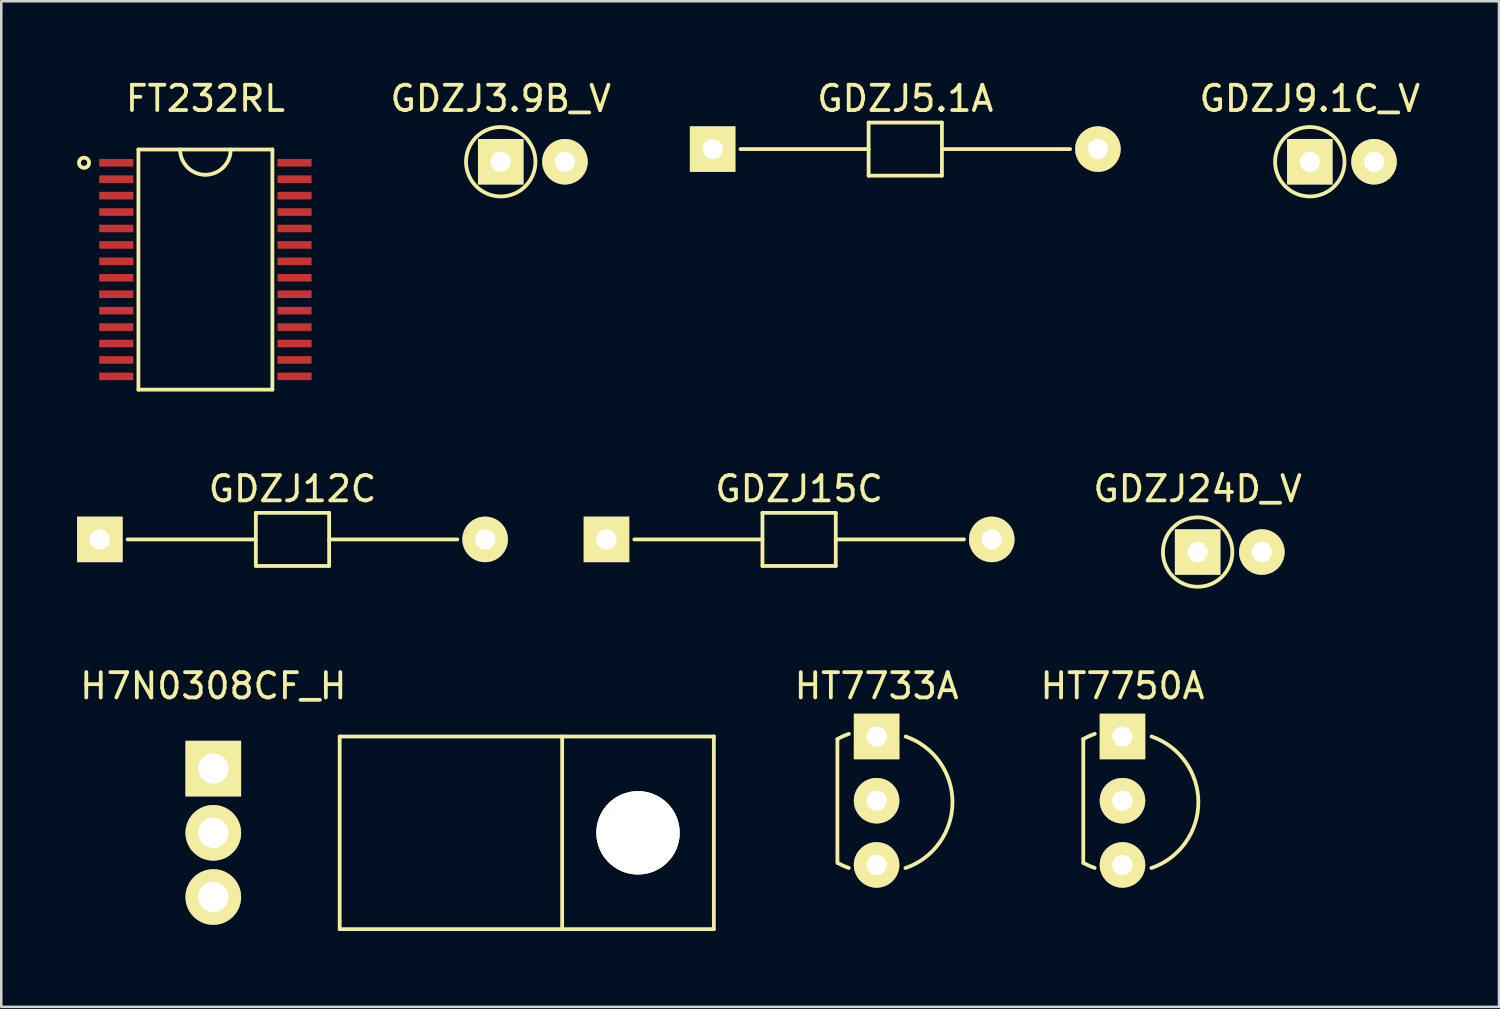
<source format=kicad_pcb>
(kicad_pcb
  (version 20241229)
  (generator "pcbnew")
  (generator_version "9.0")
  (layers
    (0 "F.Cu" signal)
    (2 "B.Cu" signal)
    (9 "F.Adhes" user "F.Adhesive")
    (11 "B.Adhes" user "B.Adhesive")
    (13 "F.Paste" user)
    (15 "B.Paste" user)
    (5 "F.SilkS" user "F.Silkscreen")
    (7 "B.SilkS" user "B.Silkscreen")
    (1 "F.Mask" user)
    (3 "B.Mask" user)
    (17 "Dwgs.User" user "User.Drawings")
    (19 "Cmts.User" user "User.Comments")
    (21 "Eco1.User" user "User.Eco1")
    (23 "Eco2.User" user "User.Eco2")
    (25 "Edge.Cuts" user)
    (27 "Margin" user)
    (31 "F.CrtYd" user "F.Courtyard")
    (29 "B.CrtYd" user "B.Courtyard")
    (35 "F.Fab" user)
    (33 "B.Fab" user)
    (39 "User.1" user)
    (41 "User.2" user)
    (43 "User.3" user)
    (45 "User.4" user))
  (footprint "GDZJ5.1A"
    (layer "F.Cu")
    (at 25.139 2.848)
    (property "Reference" "GDZJ5.1A" (at 7.62 -2 0) (layer "F.SilkS") (effects (font (size 1 1) (thickness 0.15))))
    (attr through_hole)
    (fp_line (start 1.1 0) (end 6.17 0) (stroke (width 0.15) (type solid)) (layer "F.SilkS"))
    (fp_line (start 6.17 -1.05) (end 6.17 1.05) (stroke (width 0.15) (type solid)) (layer "F.SilkS"))
    (fp_line (start 6.17 -1.05) (end 9.07 -1.05) (stroke (width 0.15) (type solid)) (layer "F.SilkS"))
    (fp_line (start 6.17 1.05) (end 9.07 1.05) (stroke (width 0.15) (type solid)) (layer "F.SilkS"))
    (fp_line (start 9.07 0) (end 14.14 0) (stroke (width 0.15) (type solid)) (layer "F.SilkS"))
    (fp_line (start 9.07 1.05) (end 9.07 -1.05) (stroke (width 0.15) (type solid)) (layer "F.SilkS"))
    (pad "1" thru_hole rect (at 0 0) (size 1.8 1.8) (drill 0.8) (layers "*.Cu" "*.Mask" "F.SilkS"))
    (pad "2" thru_hole circle (at 15.24 0) (size 1.8 1.8) (drill 0.8) (layers "*.Cu" "*.Mask" "F.SilkS")))
  (footprint "GDZJ9.1C_V"
    (layer "F.Cu")
    (at 48.761 3.348)
    (property "Reference" "GDZJ9.1C_V" (at 0 -2.5 0) (layer "F.SilkS") (effects (font (size 1 1) (thickness 0.15))))
    (attr through_hole)
    (fp_circle (center 0 0) (end 0 -1.373) (stroke (width 0.15) (type solid)) (fill no) (layer "F.SilkS"))
    (pad "1" thru_hole rect (at 0 0) (size 1.8 1.8) (drill 0.8) (layers "*.Cu" "*.Mask" "F.SilkS"))
    (pad "2" thru_hole circle (at 2.54 0) (size 1.8 1.8) (drill 0.8) (layers "*.Cu" "*.Mask" "F.SilkS")))
  (footprint "GDZJ12C"
    (layer "F.Cu")
    (at 0.9 18.287)
    (property "Reference" "GDZJ12C" (at 7.62 -2 0) (layer "F.SilkS") (effects (font (size 1 1) (thickness 0.15))))
    (attr through_hole)
    (fp_line (start 1.1 0) (end 6.17 0) (stroke (width 0.15) (type solid)) (layer "F.SilkS"))
    (fp_line (start 6.17 -1.05) (end 6.17 1.05) (stroke (width 0.15) (type solid)) (layer "F.SilkS"))
    (fp_line (start 6.17 -1.05) (end 9.07 -1.05) (stroke (width 0.15) (type solid)) (layer "F.SilkS"))
    (fp_line (start 6.17 1.05) (end 9.07 1.05) (stroke (width 0.15) (type solid)) (layer "F.SilkS"))
    (fp_line (start 9.07 0) (end 14.14 0) (stroke (width 0.15) (type solid)) (layer "F.SilkS"))
    (fp_line (start 9.07 1.05) (end 9.07 -1.05) (stroke (width 0.15) (type solid)) (layer "F.SilkS"))
    (pad "1" thru_hole rect (at 0 0) (size 1.8 1.8) (drill 0.8) (layers "*.Cu" "*.Mask" "F.SilkS"))
    (pad "2" thru_hole circle (at 15.24 0) (size 1.8 1.8) (drill 0.8) (layers "*.Cu" "*.Mask" "F.SilkS")))
  (footprint "FT232RL"
    (layer "F.Cu")
    (at 1.55 3.388)
    (property "Reference" "FT232RL" (at 3.525 -2.54 0) (layer "F.SilkS") (effects (font (size 1 1) (thickness 0.15))))
    (attr through_hole)
    (fp_line (start 0.875 -0.525) (end 6.175 -0.525) (stroke (width 0.15) (type solid)) (layer "F.SilkS"))
    (fp_line (start 0.875 8.975) (end 0.875 -0.525) (stroke (width 0.15) (type solid)) (layer "F.SilkS"))
    (fp_line (start 6.175 -0.525) (end 6.175 8.975) (stroke (width 0.15) (type solid)) (layer "F.SilkS"))
    (fp_line (start 6.175 8.975) (end 0.875 8.975) (stroke (width 0.15) (type solid)) (layer "F.SilkS"))
    (fp_arc (start 3.525 0.475) (mid 2.817893 0.182107) (end 2.525 -0.525) (stroke (width 0.15) (type solid)) (layer "F.SilkS"))
    (fp_arc (start 4.525 -0.525) (mid 4.232107 0.182107) (end 3.525 0.475) (stroke (width 0.15) (type solid)) (layer "F.SilkS"))
    (fp_circle (center -1.275 0) (end -1.275 0.2) (stroke (width 0.15) (type solid)) (fill no) (layer "F.SilkS"))
    (pad "1" smd rect (at 0 0) (size 1.35 0.3) (layers "F.Cu" "F.Mask" "F.Paste"))
    (pad "2" smd rect (at 0 0.65) (size 1.35 0.3) (layers "F.Cu" "F.Mask" "F.Paste"))
    (pad "3" smd rect (at 0 1.3) (size 1.35 0.3) (layers "F.Cu" "F.Mask" "F.Paste"))
    (pad "4" smd rect (at 0 1.95) (size 1.35 0.3) (layers "F.Cu" "F.Mask" "F.Paste"))
    (pad "5" smd rect (at 0 2.6) (size 1.35 0.3) (layers "F.Cu" "F.Mask" "F.Paste"))
    (pad "6" smd rect (at 0 3.25) (size 1.35 0.3) (layers "F.Cu" "F.Mask" "F.Paste"))
    (pad "7" smd rect (at 0 3.9) (size 1.35 0.3) (layers "F.Cu" "F.Mask" "F.Paste"))
    (pad "8" smd rect (at 0 4.55) (size 1.35 0.3) (layers "F.Cu" "F.Mask" "F.Paste"))
    (pad "9" smd rect (at 0 5.2) (size 1.35 0.3) (layers "F.Cu" "F.Mask" "F.Paste"))
    (pad "10" smd rect (at 0 5.85) (size 1.35 0.3) (layers "F.Cu" "F.Mask" "F.Paste"))
    (pad "11" smd rect (at 0 6.5) (size 1.35 0.3) (layers "F.Cu" "F.Mask" "F.Paste"))
    (pad "12" smd rect (at 0 7.15) (size 1.35 0.3) (layers "F.Cu" "F.Mask" "F.Paste"))
    (pad "13" smd rect (at 0 7.8) (size 1.35 0.3) (layers "F.Cu" "F.Mask" "F.Paste"))
    (pad "14" smd rect (at 0 8.45) (size 1.35 0.3) (layers "F.Cu" "F.Mask" "F.Paste"))
    (pad "15" smd rect (at 7.05 8.45) (size 1.35 0.3) (layers "F.Cu" "F.Mask" "F.Paste"))
    (pad "16" smd rect (at 7.05 7.8) (size 1.35 0.3) (layers "F.Cu" "F.Mask" "F.Paste"))
    (pad "17" smd rect (at 7.05 7.15) (size 1.35 0.3) (layers "F.Cu" "F.Mask" "F.Paste"))
    (pad "18" smd rect (at 7.05 6.5) (size 1.35 0.3) (layers "F.Cu" "F.Mask" "F.Paste"))
    (pad "19" smd rect (at 7.05 5.85) (size 1.35 0.3) (layers "F.Cu" "F.Mask" "F.Paste"))
    (pad "20" smd rect (at 7.05 5.2) (size 1.35 0.3) (layers "F.Cu" "F.Mask" "F.Paste"))
    (pad "21" smd rect (at 7.05 4.55) (size 1.35 0.3) (layers "F.Cu" "F.Mask" "F.Paste"))
    (pad "22" smd rect (at 7.05 3.9) (size 1.35 0.3) (layers "F.Cu" "F.Mask" "F.Paste"))
    (pad "23" smd rect (at 7.05 3.25) (size 1.35 0.3) (layers "F.Cu" "F.Mask" "F.Paste"))
    (pad "24" smd rect (at 7.05 2.6) (size 1.35 0.3) (layers "F.Cu" "F.Mask" "F.Paste"))
    (pad "25" smd rect (at 7.05 1.95) (size 1.35 0.3) (layers "F.Cu" "F.Mask" "F.Paste"))
    (pad "26" smd rect (at 7.05 1.3) (size 1.35 0.3) (layers "F.Cu" "F.Mask" "F.Paste"))
    (pad "27" smd rect (at 7.05 0.65) (size 1.35 0.3) (layers "F.Cu" "F.Mask" "F.Paste"))
    (pad "28" smd rect (at 7.05 0) (size 1.35 0.3) (layers "F.Cu" "F.Mask" "F.Paste")))
  (footprint "GDZJ24D_V"
    (layer "F.Cu")
    (at 44.324 18.787)
    (property "Reference" "GDZJ24D_V" (at 0 -2.5 0) (layer "F.SilkS") (effects (font (size 1 1) (thickness 0.15))))
    (attr through_hole)
    (fp_circle (center 0 0) (end 0 -1.373) (stroke (width 0.15) (type solid)) (fill no) (layer "F.SilkS"))
    (pad "1" thru_hole rect (at 0 0) (size 1.8 1.8) (drill 0.8) (layers "*.Cu" "*.Mask" "F.SilkS"))
    (pad "2" thru_hole circle (at 2.54 0) (size 1.8 1.8) (drill 0.8) (layers "*.Cu" "*.Mask" "F.SilkS")))
  (footprint "HT7733A"
    (layer "F.Cu")
    (at 31.625 26.083)
    (property "Reference" "HT7733A" (at 0 -2 0) (layer "F.SilkS") (effects (font (size 1 1) (thickness 0.15))))
    (attr through_hole)
    (fp_line (start -1.55 5) (end -1.55 0.1) (stroke (width 0.15) (type solid)) (layer "F.SilkS"))
    (fp_arc (start -1.55 0.1) (mid -1.326783 -0.012505) (end -1.09461 -0.105127) (stroke (width 0.15) (type solid)) (layer "F.SilkS"))
    (fp_arc (start -1.1 5.2) (mid -1.32318 5.111666) (end -1.537812 5.004217) (stroke (width 0.15) (type solid)) (layer "F.SilkS"))
    (fp_arc (start 1.15 0) (mid 3.00136 2.60449) (end 1.14151 5.202923) (stroke (width 0.15) (type solid)) (layer "F.SilkS"))
    (pad "1" thru_hole rect (at 0 0) (size 1.8 1.8) (drill 0.8) (layers "*.Cu" "*.Mask" "F.SilkS"))
    (pad "2" thru_hole circle (at 0 2.54) (size 1.8 1.8) (drill 0.8) (layers "*.Cu" "*.Mask" "F.SilkS"))
    (pad "3" thru_hole circle (at 0 5.08) (size 1.8 1.8) (drill 0.8) (layers "*.Cu" "*.Mask" "F.SilkS")))
  (footprint "GDZJ3.9B_V"
    (layer "F.Cu")
    (at 16.757 3.348)
    (property "Reference" "GDZJ3.9B_V" (at 0 -2.5 0) (layer "F.SilkS") (effects (font (size 1 1) (thickness 0.15))))
    (attr through_hole)
    (fp_circle (center 0 0) (end 0 -1.373) (stroke (width 0.15) (type solid)) (fill no) (layer "F.SilkS"))
    (pad "1" thru_hole rect (at 0 0) (size 1.8 1.8) (drill 0.8) (layers "*.Cu" "*.Mask" "F.SilkS"))
    (pad "2" thru_hole circle (at 2.54 0) (size 1.8 1.8) (drill 0.8) (layers "*.Cu" "*.Mask" "F.SilkS")))
  (footprint "HT7750A"
    (layer "F.Cu")
    (at 41.351 26.083)
    (property "Reference" "HT7750A" (at 0 -2 0) (layer "F.SilkS") (effects (font (size 1 1) (thickness 0.15))))
    (attr through_hole)
    (fp_line (start -1.55 5) (end -1.55 0.1) (stroke (width 0.15) (type solid)) (layer "F.SilkS"))
    (fp_arc (start -1.55 0.1) (mid -1.326783 -0.012505) (end -1.09461 -0.105127) (stroke (width 0.15) (type solid)) (layer "F.SilkS"))
    (fp_arc (start -1.1 5.2) (mid -1.32318 5.111666) (end -1.537812 5.004217) (stroke (width 0.15) (type solid)) (layer "F.SilkS"))
    (fp_arc (start 1.15 0) (mid 3.00136 2.60449) (end 1.14151 5.202923) (stroke (width 0.15) (type solid)) (layer "F.SilkS"))
    (pad "1" thru_hole rect (at 0 0) (size 1.8 1.8) (drill 0.8) (layers "*.Cu" "*.Mask" "F.SilkS"))
    (pad "2" thru_hole circle (at 0 2.54) (size 1.8 1.8) (drill 0.8) (layers "*.Cu" "*.Mask" "F.SilkS"))
    (pad "3" thru_hole circle (at 0 5.08) (size 1.8 1.8) (drill 0.8) (layers "*.Cu" "*.Mask" "F.SilkS")))
  (footprint "GDZJ15C"
    (layer "F.Cu")
    (at 20.94 18.287)
    (property "Reference" "GDZJ15C" (at 7.62 -2 0) (layer "F.SilkS") (effects (font (size 1 1) (thickness 0.15))))
    (attr through_hole)
    (fp_line (start 1.1 0) (end 6.17 0) (stroke (width 0.15) (type solid)) (layer "F.SilkS"))
    (fp_line (start 6.17 -1.05) (end 6.17 1.05) (stroke (width 0.15) (type solid)) (layer "F.SilkS"))
    (fp_line (start 6.17 -1.05) (end 9.07 -1.05) (stroke (width 0.15) (type solid)) (layer "F.SilkS"))
    (fp_line (start 6.17 1.05) (end 9.07 1.05) (stroke (width 0.15) (type solid)) (layer "F.SilkS"))
    (fp_line (start 9.07 0) (end 14.14 0) (stroke (width 0.15) (type solid)) (layer "F.SilkS"))
    (fp_line (start 9.07 1.05) (end 9.07 -1.05) (stroke (width 0.15) (type solid)) (layer "F.SilkS"))
    (pad "1" thru_hole rect (at 0 0) (size 1.8 1.8) (drill 0.8) (layers "*.Cu" "*.Mask" "F.SilkS"))
    (pad "2" thru_hole circle (at 15.24 0) (size 1.8 1.8) (drill 0.8) (layers "*.Cu" "*.Mask" "F.SilkS")))
  (footprint "H7N0308CF_H"
    (layer "F.Cu")
    (at 5.387 27.353)
    (property "Reference" "H7N0308CF_H" (at 0 -3.27 0) (layer "F.SilkS") (effects (font (size 1 1) (thickness 0.15))))
    (attr through_hole)
    (fp_line (start 5 -1.27) (end 5 6.35) (stroke (width 0.15) (type solid)) (layer "F.SilkS"))
    (fp_line (start 5 -1.27) (end 19.8 -1.27) (stroke (width 0.15) (type solid)) (layer "F.SilkS"))
    (fp_line (start 5 6.35) (end 19.8 6.35) (stroke (width 0.15) (type solid)) (layer "F.SilkS"))
    (fp_line (start 13.8 -1.27) (end 13.8 6.35) (stroke (width 0.15) (type solid)) (layer "F.SilkS"))
    (fp_line (start 19.8 -1.27) (end 19.8 6.35) (stroke (width 0.15) (type solid)) (layer "F.SilkS"))
    (pad "" np_thru_hole circle (at 16.8 2.54) (size 3.3 3.3) (drill 3.3) (layers "*.Cu" "*.Mask" "F.SilkS"))
    (pad "1" thru_hole rect (at 0 0) (size 2.2 2.2) (drill 1.2) (layers "*.Cu" "*.Mask" "F.SilkS"))
    (pad "2" thru_hole circle (at 0 2.54) (size 2.2 2.2) (drill 1.2) (layers "*.Cu" "*.Mask" "F.SilkS"))
    (pad "3" thru_hole circle (at 0 5.08) (size 2.2 2.2) (drill 1.2) (layers "*.Cu" "*.Mask" "F.SilkS")))
  (gr_rect
    (start -3 -3)
    (end 56.244 36.778)
    (stroke (width 0.1) (type default))
    (fill no)
    (layer "Edge.Cuts")))
</source>
